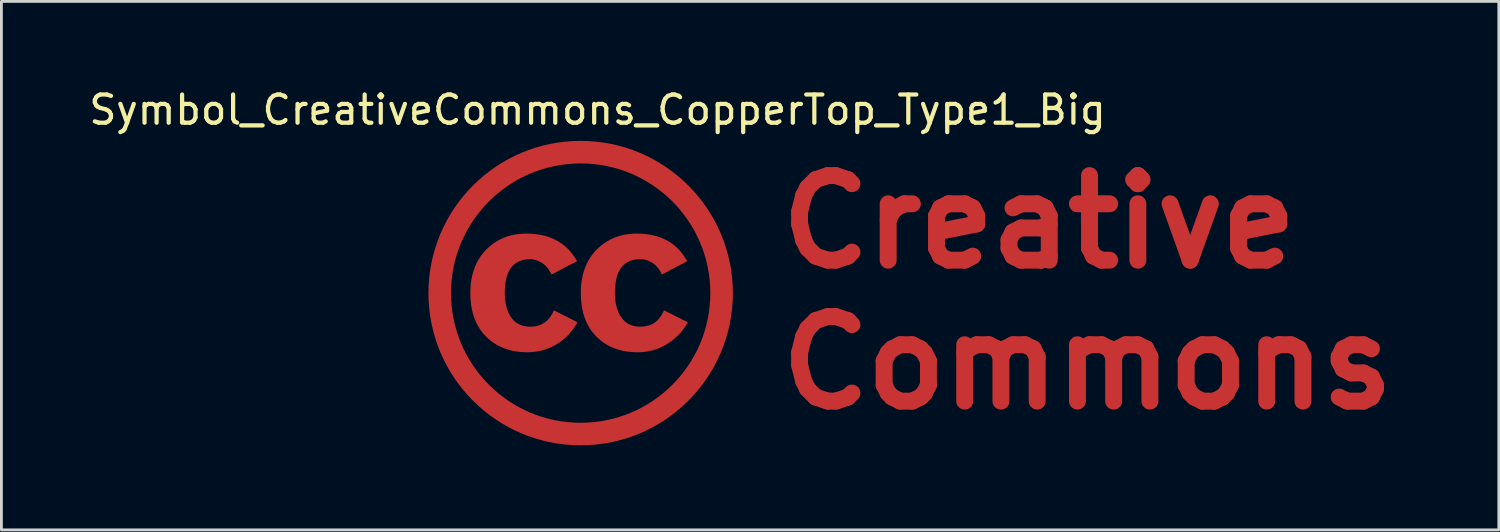
<source format=kicad_pcb>
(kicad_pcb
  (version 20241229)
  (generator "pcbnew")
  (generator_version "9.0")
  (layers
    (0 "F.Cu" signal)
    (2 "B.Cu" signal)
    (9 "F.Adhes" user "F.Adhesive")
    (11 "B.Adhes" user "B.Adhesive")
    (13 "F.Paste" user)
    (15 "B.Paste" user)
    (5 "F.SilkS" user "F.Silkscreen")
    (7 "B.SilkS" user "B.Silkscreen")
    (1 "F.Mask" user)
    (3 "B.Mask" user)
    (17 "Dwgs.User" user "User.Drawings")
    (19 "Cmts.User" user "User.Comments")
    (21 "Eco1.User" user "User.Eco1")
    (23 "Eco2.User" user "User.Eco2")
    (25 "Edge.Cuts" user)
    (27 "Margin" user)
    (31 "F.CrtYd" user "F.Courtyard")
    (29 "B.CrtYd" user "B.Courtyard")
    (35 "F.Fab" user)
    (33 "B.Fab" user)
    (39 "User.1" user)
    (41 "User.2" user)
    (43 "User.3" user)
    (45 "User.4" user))
  (footprint "Symbol_CreativeCommons_CopperTop_Type1_Big"
    (layer "F.Cu")
    (at 17.549 7.348)
    (property "Reference" "Symbol_CreativeCommons_CopperTop_Type1_Big" (at 0.599 -6.5 0) (layer "F.SilkS") (effects (font (size 1 1) (thickness 0.15))))
    (attr exclude_from_pos_files exclude_from_bom allow_missing_courtyard)
    (fp_circle (center 0 0) (end 5 0) (stroke (width 0.8) (type default)) (fill no) (layer "F.Cu"))
    (fp_poly (pts (xy -1.775 -2.107) (xy -1.626 -2.096) (xy -1.483 -2.077) (xy -1.345 -2.05) (xy -1.213 -2.016) (xy -1.086 -1.974) (xy -0.965 -1.924) (xy -0.85 -1.867) (xy -0.74 -1.802) (xy -0.636 -1.729) (xy -0.537 -1.648) (xy -0.444 -1.56) (xy -0.357 -1.465) (xy -0.275 -1.361) (xy -0.198 -1.25) (xy -0.127 -1.132) (xy -0.127 -1.132) (xy -1.035 -0.66) (xy -1.053 -0.697) (xy -1.072 -0.733) (xy -1.092 -0.767) (xy -1.111 -0.8) (xy -1.132 -0.831) (xy -1.153 -0.861) (xy -1.174 -0.89) (xy -1.196 -0.917) (xy -1.219 -0.943) (xy -1.242 -0.967) (xy -1.266 -0.99) (xy -1.29 -1.011) (xy -1.314 -1.032) (xy -1.34 -1.05) (xy -1.365 -1.067) (xy -1.391 -1.083) (xy -1.418 -1.098) (xy -1.444 -1.112) (xy -1.47 -1.124) (xy -1.495 -1.136) (xy -1.521 -1.147) (xy -1.546 -1.157) (xy -1.571 -1.166) (xy -1.596 -1.174) (xy -1.62 -1.181) (xy -1.644 -1.187) (xy -1.668 -1.192) (xy -1.692 -1.197) (xy -1.715 -1.2) (xy -1.739 -1.202) (xy -1.762 -1.204) (xy -1.785 -1.204) (xy -1.84 -1.203) (xy -1.894 -1.199) (xy -1.947 -1.194) (xy -1.997 -1.185) (xy -2.046 -1.175) (xy -2.093 -1.162) (xy -2.138 -1.147) (xy -2.181 -1.129) (xy -2.223 -1.109) (xy -2.263 -1.087) (xy -2.301 -1.063) (xy -2.337 -1.036) (xy -2.372 -1.007) (xy -2.405 -0.975) (xy -2.436 -0.941) (xy -2.465 -0.905) (xy -2.492 -0.866) (xy -2.518 -0.825) (xy -2.542 -0.782) (xy -2.564 -0.736) (xy -2.585 -0.689) (xy -2.603 -0.638) (xy -2.62 -0.586) (xy -2.635 -0.531) (xy -2.648 -0.473) (xy -2.66 -0.414) (xy -2.67 -0.352) (xy -2.678 -0.287) (xy -2.684 -0.221) (xy -2.688 -0.152) (xy -2.691 -0.08) (xy -2.692 -0.007) (xy -2.691 0.06) (xy -2.688 0.126) (xy -2.684 0.19) (xy -2.677 0.252) (xy -2.669 0.312) (xy -2.66 0.371) (xy -2.648 0.428) (xy -2.634 0.483) (xy -2.619 0.536) (xy -2.602 0.588) (xy -2.583 0.638) (xy -2.563 0.687) (xy -2.54 0.734) (xy -2.516 0.779) (xy -2.49 0.822) (xy -2.462 0.864) (xy -2.433 0.903) (xy -2.401 0.94) (xy -2.368 0.975) (xy -2.334 1.007) (xy -2.316 1.022) (xy -2.297 1.036) (xy -2.278 1.05) (xy -2.259 1.063) (xy -2.239 1.075) (xy -2.219 1.087) (xy -2.199 1.098) (xy -2.178 1.109) (xy -2.135 1.128) (xy -2.09 1.145) (xy -2.043 1.159) (xy -1.995 1.17) (xy -1.945 1.179) (xy -1.893 1.186) (xy -1.84 1.189) (xy -1.785 1.191) (xy -1.712 1.188) (xy -1.642 1.182) (xy -1.575 1.17) (xy -1.51 1.154) (xy -1.448 1.134) (xy -1.389 1.109) (xy -1.333 1.079) (xy -1.28 1.045) (xy -1.229 1.007) (xy -1.181 0.964) (xy -1.135 0.916) (xy -1.093 0.864) (xy -1.053 0.807) (xy -1.016 0.746) (xy -0.981 0.68) (xy -0.95 0.61) (xy -0.115 1.033) (xy -0.149 1.095) (xy -0.185 1.154) (xy -0.222 1.212) (xy -0.261 1.268) (xy -0.302 1.323) (xy -0.344 1.376) (xy -0.388 1.427) (xy -0.433 1.477) (xy -0.48 1.524) (xy -0.528 1.571) (xy -0.578 1.615) (xy -0.63 1.658) (xy -0.684 1.7) (xy -0.739 1.739) (xy -0.795 1.777) (xy -0.853 1.814) (xy -0.913 1.848) (xy -0.973 1.88) (xy -1.033 1.91) (xy -1.095 1.938) (xy -1.157 1.964) (xy -1.22 1.987) (xy -1.284 2.008) (xy -1.349 2.027) (xy -1.414 2.043) (xy -1.481 2.058) (xy -1.547 2.07) (xy -1.615 2.08) (xy -1.684 2.088) (xy -1.753 2.093) (xy -1.823 2.097) (xy -1.893 2.098) (xy -2.005 2.096) (xy -2.115 2.089) (xy -2.221 2.078) (xy -2.325 2.063) (xy -2.426 2.044) (xy -2.524 2.02) (xy -2.62 1.991) (xy -2.713 1.959) (xy -2.803 1.922) (xy -2.89 1.881) (xy -2.975 1.835) (xy -3.057 1.785) (xy -3.136 1.731) (xy -3.213 1.672) (xy -3.286 1.609) (xy -3.357 1.541) (xy -3.424 1.47) (xy -3.487 1.396) (xy -3.546 1.317) (xy -3.6 1.236) (xy -3.65 1.151) (xy -3.696 1.063) (xy -3.737 0.971) (xy -3.774 0.876) (xy -3.807 0.778) (xy -3.835 0.676) (xy -3.859 0.571) (xy -3.879 0.462) (xy -3.894 0.35) (xy -3.905 0.235) (xy -3.911 0.116) (xy -3.913 -0.007) (xy -3.911 -0.126) (xy -3.905 -0.242) (xy -3.894 -0.355) (xy -3.878 -0.465) (xy -3.858 -0.572) (xy -3.834 -0.676) (xy -3.806 -0.777) (xy -3.773 -0.874) (xy -3.735 -0.969) (xy -3.694 -1.06) (xy -3.647 -1.148) (xy -3.597 -1.233) (xy -3.542 -1.315) (xy -3.483 -1.394) (xy -3.419 -1.47) (xy -3.351 -1.543) (xy -3.28 -1.611) (xy -3.206 -1.676) (xy -3.13 -1.736) (xy -3.051 -1.791) (xy -2.971 -1.842) (xy -2.888 -1.889) (xy -2.802 -1.931) (xy -2.714 -1.969) (xy -2.625 -2.002) (xy -2.532 -2.031) (xy -2.438 -2.056) (xy -2.341 -2.076) (xy -2.241 -2.091) (xy -2.14 -2.102) (xy -2.036 -2.109) (xy -1.93 -2.111)) (stroke (width 0) (type solid)) (fill yes) (layer "F.Cu"))
    (fp_poly (pts (xy 2.144 -2.107) (xy 2.292 -2.096) (xy 2.435 -2.077) (xy 2.573 -2.05) (xy 2.705 -2.016) (xy 2.831 -1.974) (xy 2.951 -1.924) (xy 3.066 -1.867) (xy 3.175 -1.802) (xy 3.278 -1.729) (xy 3.376 -1.648) (xy 3.468 -1.56) (xy 3.554 -1.465) (xy 3.635 -1.361) (xy 3.71 -1.25) (xy 3.779 -1.132) (xy 3.779 -1.132) (xy 2.884 -0.66) (xy 2.866 -0.697) (xy 2.847 -0.733) (xy 2.828 -0.767) (xy 2.808 -0.8) (xy 2.787 -0.831) (xy 2.766 -0.861) (xy 2.745 -0.89) (xy 2.722 -0.917) (xy 2.7 -0.943) (xy 2.677 -0.967) (xy 2.653 -0.99) (xy 2.629 -1.011) (xy 2.604 -1.032) (xy 2.579 -1.05) (xy 2.554 -1.067) (xy 2.527 -1.083) (xy 2.501 -1.098) (xy 2.475 -1.112) (xy 2.449 -1.124) (xy 2.423 -1.136) (xy 2.397 -1.147) (xy 2.371 -1.157) (xy 2.345 -1.166) (xy 2.32 -1.174) (xy 2.295 -1.181) (xy 2.27 -1.187) (xy 2.245 -1.192) (xy 2.22 -1.197) (xy 2.195 -1.2) (xy 2.171 -1.202) (xy 2.146 -1.204) (xy 2.122 -1.204) (xy 2.067 -1.203) (xy 2.012 -1.199) (xy 1.96 -1.194) (xy 1.91 -1.185) (xy 1.861 -1.175) (xy 1.814 -1.162) (xy 1.769 -1.147) (xy 1.725 -1.129) (xy 1.684 -1.109) (xy 1.644 -1.087) (xy 1.606 -1.063) (xy 1.569 -1.036) (xy 1.535 -1.007) (xy 1.502 -0.975) (xy 1.471 -0.941) (xy 1.442 -0.905) (xy 1.414 -0.866) (xy 1.389 -0.825) (xy 1.365 -0.782) (xy 1.343 -0.736) (xy 1.322 -0.689) (xy 1.304 -0.638) (xy 1.287 -0.586) (xy 1.272 -0.531) (xy 1.258 -0.473) (xy 1.247 -0.414) (xy 1.237 -0.352) (xy 1.229 -0.287) (xy 1.223 -0.221) (xy 1.218 -0.152) (xy 1.216 -0.08) (xy 1.215 -0.007) (xy 1.216 0.06) (xy 1.219 0.126) (xy 1.223 0.19) (xy 1.229 0.252) (xy 1.237 0.312) (xy 1.247 0.371) (xy 1.259 0.428) (xy 1.272 0.483) (xy 1.288 0.536) (xy 1.305 0.588) (xy 1.324 0.638) (xy 1.344 0.687) (xy 1.367 0.734) (xy 1.391 0.779) (xy 1.417 0.822) (xy 1.445 0.864) (xy 1.474 0.903) (xy 1.506 0.94) (xy 1.539 0.975) (xy 1.556 0.991) (xy 1.573 1.007) (xy 1.591 1.022) (xy 1.61 1.036) (xy 1.628 1.05) (xy 1.648 1.063) (xy 1.667 1.075) (xy 1.687 1.087) (xy 1.708 1.098) (xy 1.729 1.109) (xy 1.772 1.128) (xy 1.817 1.145) (xy 1.864 1.159) (xy 1.912 1.17) (xy 1.962 1.179) (xy 2.014 1.186) (xy 2.067 1.189) (xy 2.122 1.191) (xy 2.195 1.188) (xy 2.265 1.182) (xy 2.332 1.17) (xy 2.397 1.154) (xy 2.458 1.134) (xy 2.517 1.109) (xy 2.574 1.079) (xy 2.627 1.045) (xy 2.678 1.007) (xy 2.726 0.964) (xy 2.771 0.916) (xy 2.814 0.864) (xy 2.854 0.807) (xy 2.891 0.746) (xy 2.925 0.68) (xy 2.957 0.61) (xy 3.803 1.033) (xy 3.768 1.095) (xy 3.731 1.154) (xy 3.692 1.212) (xy 3.652 1.268) (xy 3.611 1.323) (xy 3.567 1.376) (xy 3.523 1.427) (xy 3.477 1.477) (xy 3.429 1.524) (xy 3.38 1.571) (xy 3.329 1.615) (xy 3.277 1.658) (xy 3.224 1.7) (xy 3.168 1.739) (xy 3.112 1.777) (xy 3.054 1.814) (xy 2.994 1.848) (xy 2.934 1.88) (xy 2.874 1.91) (xy 2.812 1.938) (xy 2.751 1.964) (xy 2.688 1.987) (xy 2.625 2.008) (xy 2.561 2.027) (xy 2.496 2.043) (xy 2.431 2.058) (xy 2.365 2.07) (xy 2.298 2.08) (xy 2.231 2.088) (xy 2.163 2.093) (xy 2.095 2.097) (xy 2.026 2.098) (xy 1.912 2.096) (xy 1.802 2.089) (xy 1.694 2.078) (xy 1.589 2.063) (xy 1.487 2.044) (xy 1.388 2.02) (xy 1.292 1.991) (xy 1.199 1.959) (xy 1.108 1.922) (xy 1.021 1.881) (xy 0.936 1.835) (xy 0.854 1.785) (xy 0.776 1.731) (xy 0.7 1.672) (xy 0.627 1.609) (xy 0.556 1.541) (xy 0.49 1.47) (xy 0.427 1.396) (xy 0.369 1.317) (xy 0.315 1.236) (xy 0.266 1.151) (xy 0.221 1.063) (xy 0.18 0.971) (xy 0.143 0.876) (xy 0.111 0.778) (xy 0.083 0.676) (xy 0.059 0.571) (xy 0.04 0.462) (xy 0.025 0.35) (xy 0.014 0.235) (xy 0.008 0.116) (xy 0.006 -0.007) (xy 0.008 -0.126) (xy 0.014 -0.242) (xy 0.025 -0.355) (xy 0.041 -0.465) (xy 0.061 -0.572) (xy 0.085 -0.676) (xy 0.113 -0.777) (xy 0.146 -0.874) (xy 0.184 -0.969) (xy 0.225 -1.06) (xy 0.271 -1.148) (xy 0.322 -1.233) (xy 0.377 -1.315) (xy 0.436 -1.394) (xy 0.5 -1.47) (xy 0.568 -1.543) (xy 0.64 -1.611) (xy 0.713 -1.676) (xy 0.789 -1.736) (xy 0.868 -1.791) (xy 0.949 -1.842) (xy 1.032 -1.889) (xy 1.117 -1.931) (xy 1.205 -1.969) (xy 1.294 -2.002) (xy 1.387 -2.031) (xy 1.481 -2.056) (xy 1.578 -2.076) (xy 1.678 -2.091) (xy 1.779 -2.102) (xy 1.883 -2.109) (xy 1.989 -2.111)) (stroke (width 0) (type solid)) (fill yes) (layer "F.Cu"))
    (fp_text user "Commons" (at 6.8 2.475 0) (unlocked yes) (layer "F.Cu") (effects (font (size 3 3) (thickness 0.6) (bold yes)) (justify left)))
    (fp_text user "Creative" (at 6.8 -2.525 0) (unlocked yes) (layer "F.Cu") (effects (font (size 3 3) (thickness 0.6) (bold yes)) (justify left))))
  (gr_rect
    (start -3 -3)
    (end 50.121 15.748)
    (stroke (width 0.1) (type default))
    (fill no)
    (layer "Edge.Cuts")))
</source>
